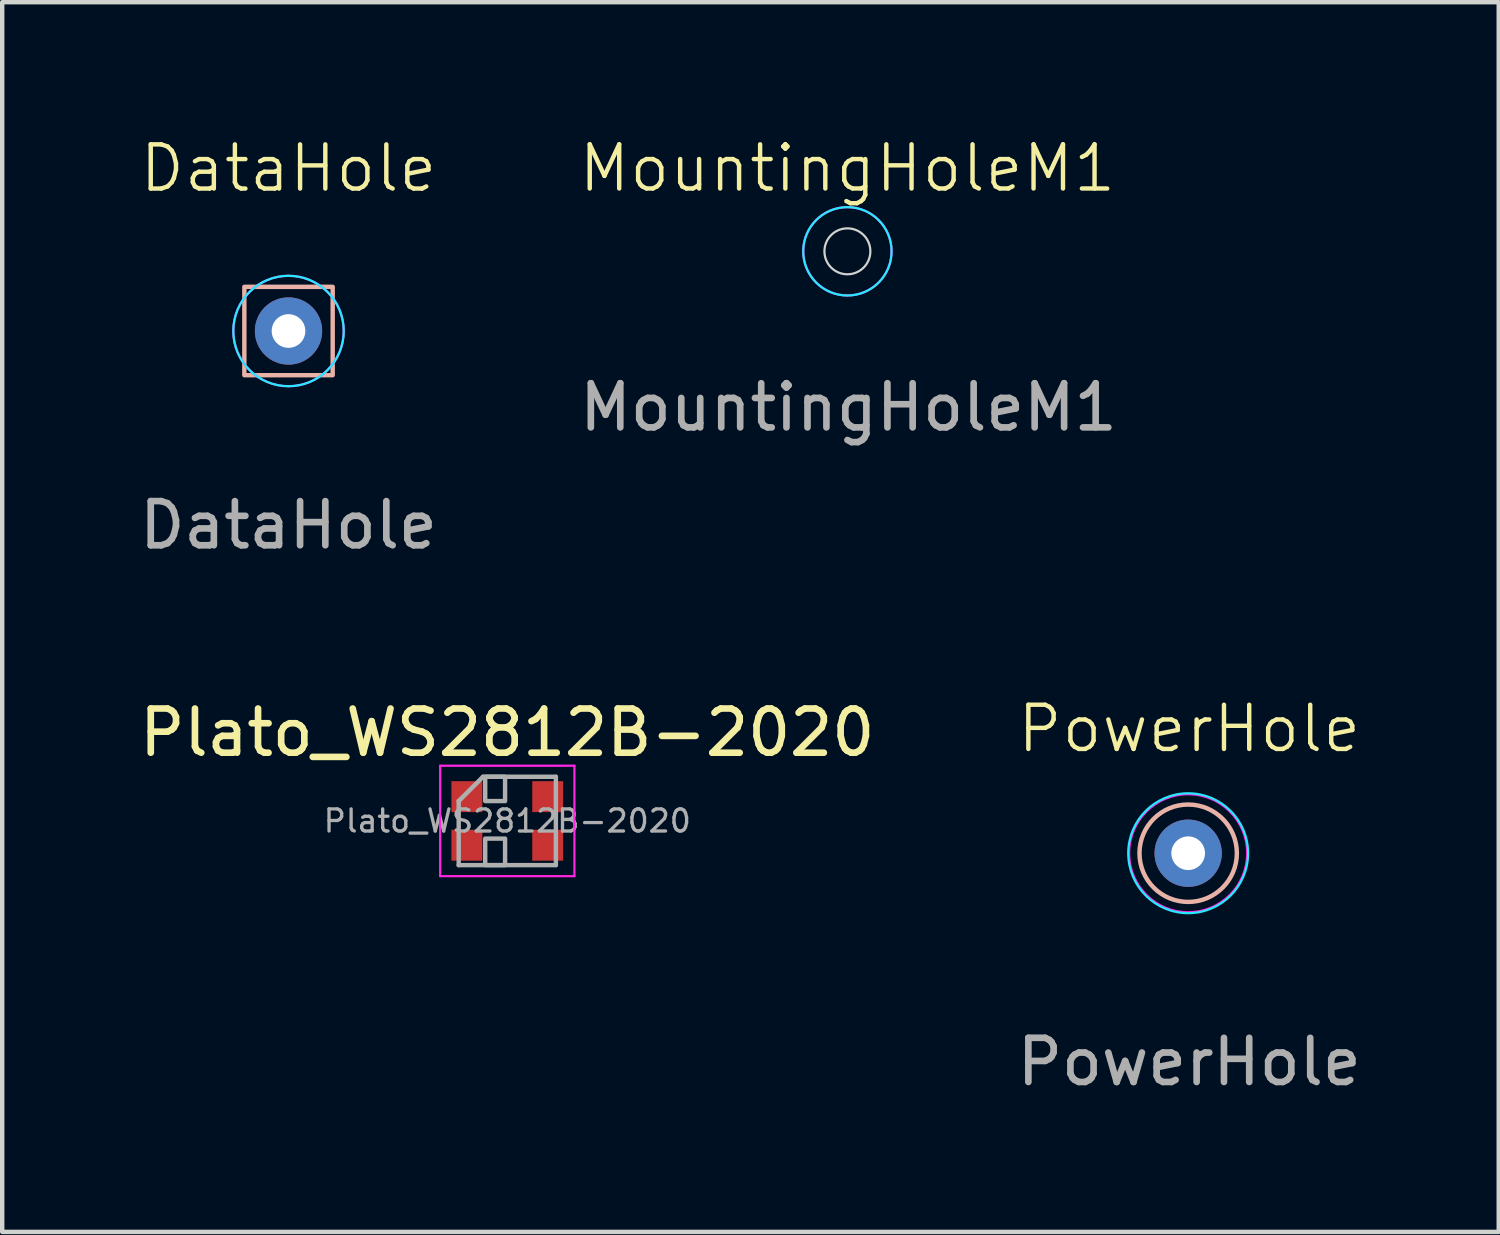
<source format=kicad_pcb>
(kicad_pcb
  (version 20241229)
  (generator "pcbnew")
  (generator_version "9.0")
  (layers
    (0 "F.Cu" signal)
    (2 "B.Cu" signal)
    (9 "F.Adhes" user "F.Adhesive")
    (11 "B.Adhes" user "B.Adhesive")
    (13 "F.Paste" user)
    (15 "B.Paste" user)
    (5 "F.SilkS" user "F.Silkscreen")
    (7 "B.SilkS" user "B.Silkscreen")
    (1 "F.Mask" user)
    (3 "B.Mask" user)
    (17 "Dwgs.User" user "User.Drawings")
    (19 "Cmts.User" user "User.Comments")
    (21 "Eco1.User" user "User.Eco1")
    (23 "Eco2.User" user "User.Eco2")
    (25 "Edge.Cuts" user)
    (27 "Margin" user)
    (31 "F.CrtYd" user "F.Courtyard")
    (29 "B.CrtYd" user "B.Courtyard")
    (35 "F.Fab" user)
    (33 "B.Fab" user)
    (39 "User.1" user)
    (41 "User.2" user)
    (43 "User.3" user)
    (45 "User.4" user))
  (footprint "Plato_WS2812B-2020"
    (layer "F.Cu")
    (at 8.435 15.536)
    (property "Reference" "Plato_WS2812B-2020" (at 0 -2 0) (layer "F.SilkS") (effects (font (size 1 1) (thickness 0.15))))
    (attr smd)
    (fp_line (start -1.52 -1.25) (end -1.52 1.25) (stroke (width 0.05) (type solid)) (layer "F.CrtYd"))
    (fp_line (start -1.52 1.25) (end 1.52 1.25) (stroke (width 0.05) (type solid)) (layer "F.CrtYd"))
    (fp_line (start 1.52 -1.25) (end -1.52 -1.25) (stroke (width 0.05) (type solid)) (layer "F.CrtYd"))
    (fp_line (start 1.52 1.25) (end 1.52 -1.25) (stroke (width 0.05) (type solid)) (layer "F.CrtYd"))
    (fp_line (start -1.1 -0.45) (end -1.1 1) (stroke (width 0.1) (type solid)) (layer "F.Fab"))
    (fp_line (start -1.1 1) (end 1.1 1) (stroke (width 0.1) (type solid)) (layer "F.Fab"))
    (fp_line (start -0.55 -1) (end -1.1 -0.45) (stroke (width 0.1) (type solid)) (layer "F.Fab"))
    (fp_line (start 1.1 -1) (end -0.55 -1) (stroke (width 0.1) (type solid)) (layer "F.Fab"))
    (fp_line (start 1.1 -1) (end 1.1 1) (stroke (width 0.1) (type solid)) (layer "F.Fab"))
    (fp_rect (start -0.5 -1) (end -0.05 -0.45) (stroke (width 0.1) (type solid)) (fill no) (layer "F.Fab"))
    (fp_rect (start -0.5 0.4) (end -0.05 1) (stroke (width 0.1) (type solid)) (fill no) (layer "F.Fab"))
    (fp_text user "${REFERENCE}" (at 0 0 0) (layer "F.Fab") (effects (font (size 0.5 0.5) (thickness 0.075))))
    (pad "1" smd rect (at -0.915 -0.55) (size 0.7 0.7) (layers "F.Cu" "F.Mask" "F.Paste"))
    (pad "2" smd rect (at -0.915 0.55) (size 0.7 0.7) (layers "F.Cu" "F.Mask" "F.Paste"))
    (pad "3" smd rect (at 0.915 0.55) (size 0.7 0.7) (layers "F.Cu" "F.Mask" "F.Paste"))
    (pad "4" smd rect (at 0.915 -0.55) (size 0.7 0.7) (layers "F.Cu" "F.Mask" "F.Paste")))
  (footprint "MountingHoleM1"
    (layer "F.Cu")
    (at 16.135 2.64)
    (property "Reference" "MountingHoleM1" (at 0 -1.88 0) (unlocked yes) (layer "F.SilkS") (effects (font (size 1 1) (thickness 0.1))))
    (attr through_hole)
    (fp_circle (center 0 0) (end 0.52 0) (stroke (width 0.05) (type default)) (fill no) (layer "Edge.Cuts"))
    (fp_circle (center 0 0) (end 1 0) (stroke (width 0.05) (type default)) (fill no) (layer "B.CrtYd"))
    (fp_circle (center 0 0) (end 1 0) (stroke (width 0.05) (type default)) (fill no) (layer "F.CrtYd"))
    (fp_text user "${REFERENCE}" (at 0.025 3.531 0) (unlocked yes) (layer "F.Fab") (effects (font (size 1 1) (thickness 0.15)))))
  (footprint "DataHole"
    (layer "F.Cu")
    (at 3.482 4.444)
    (property "Reference" "DataHole" (at 0 -3.683 0) (unlocked yes) (layer "F.SilkS") (effects (font (size 1 1) (thickness 0.1))))
    (attr through_hole)
    (fp_rect (start -1 -1) (end 1 1) (stroke (width 0.1) (type default)) (fill no) (layer "B.SilkS"))
    (fp_circle (center 0 0) (end 1.25 0) (stroke (width 0.05) (type default)) (fill no) (layer "B.CrtYd"))
    (fp_circle (center 0 0) (end 1.25 0) (stroke (width 0.05) (type default)) (fill no) (layer "F.CrtYd"))
    (fp_text user "${REFERENCE}" (at 0 4.396 0) (unlocked yes) (layer "F.Fab") (effects (font (size 1 1) (thickness 0.15))))
    (pad "1" thru_hole circle (at 0 0) (size 1.524 1.524) (drill 0.762) (layers "*.Cu" "*.Mask")))
  (footprint "PowerHole"
    (layer "F.Cu")
    (at 23.85 16.267)
    (property "Reference" "PowerHole" (at 0.025 -2.819 0) (unlocked yes) (layer "F.SilkS") (effects (font (size 1 1) (thickness 0.1))))
    (attr through_hole)
    (fp_circle (center 0 0) (end -0.483 -0.991) (stroke (width 0.1) (type default)) (fill no) (layer "B.SilkS"))
    (fp_circle (center 0 0) (end 1.357 0) (stroke (width 0.05) (type default)) (fill no) (layer "B.CrtYd"))
    (fp_circle (center 0 0) (end 1.336 0) (stroke (width 0.05) (type default)) (fill no) (layer "F.CrtYd"))
    (fp_text user "${REFERENCE}" (at 0.025 4.724 0) (unlocked yes) (layer "F.Fab") (effects (font (size 1 1) (thickness 0.15))))
    (pad "1" thru_hole circle (at 0 0) (size 1.524 1.524) (drill 0.762) (layers "*.Cu" "*.Mask")))
  (gr_rect
    (start -3 -3)
    (end 30.881 24.84)
    (stroke (width 0.1) (type default))
    (fill no)
    (layer "Edge.Cuts")))
</source>
